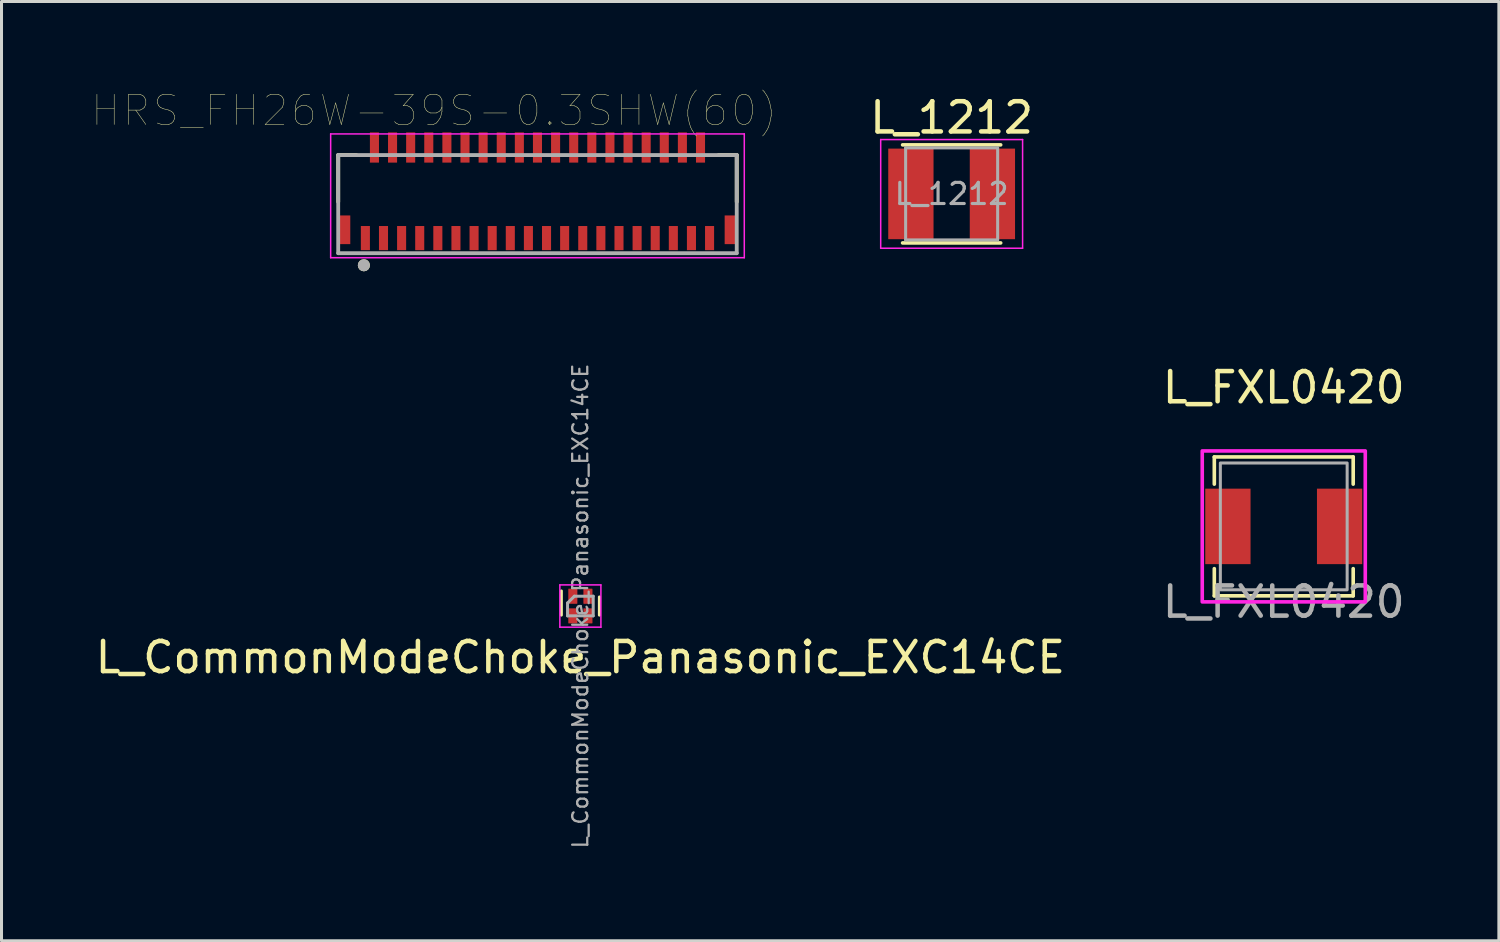
<source format=kicad_pcb>
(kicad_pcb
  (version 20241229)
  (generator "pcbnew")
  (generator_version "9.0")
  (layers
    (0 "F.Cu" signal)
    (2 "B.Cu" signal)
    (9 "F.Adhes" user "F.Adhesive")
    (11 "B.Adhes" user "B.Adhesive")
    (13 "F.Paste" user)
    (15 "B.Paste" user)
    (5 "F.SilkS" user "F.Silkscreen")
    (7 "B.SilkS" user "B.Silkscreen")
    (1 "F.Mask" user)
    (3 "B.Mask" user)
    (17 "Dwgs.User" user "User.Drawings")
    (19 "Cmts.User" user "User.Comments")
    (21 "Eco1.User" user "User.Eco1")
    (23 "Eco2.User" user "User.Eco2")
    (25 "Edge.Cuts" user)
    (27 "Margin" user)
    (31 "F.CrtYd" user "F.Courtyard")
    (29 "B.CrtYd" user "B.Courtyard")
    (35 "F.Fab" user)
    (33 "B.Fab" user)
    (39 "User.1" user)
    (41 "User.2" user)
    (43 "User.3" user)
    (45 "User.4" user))
  (footprint "L_CommonModeChoke_Panasonic_EXC14CE"
    (layer "F.Cu")
    (at 16.173 17.023)
    (property "Reference" "L_CommonModeChoke_Panasonic_EXC14CE" (at 0 1.7 0) (layer "F.SilkS") (effects (font (size 1 1) (thickness 0.15))))
    (attr smd)
    (fp_line (start -0.63 -0.5) (end -0.63 0.3) (stroke (width 0.1) (type solid)) (layer "F.SilkS"))
    (fp_line (start 0.63 0.3) (end 0.63 -0.3) (stroke (width 0.1) (type solid)) (layer "F.SilkS"))
    (fp_line (start -0.68 -0.7) (end 0.68 -0.7) (stroke (width 0.05) (type solid)) (layer "F.CrtYd"))
    (fp_line (start -0.68 0.7) (end -0.68 -0.7) (stroke (width 0.05) (type solid)) (layer "F.CrtYd"))
    (fp_line (start -0.68 0.7) (end 0.68 0.7) (stroke (width 0.05) (type solid)) (layer "F.CrtYd"))
    (fp_line (start 0.68 0.7) (end 0.68 -0.7) (stroke (width 0.05) (type solid)) (layer "F.CrtYd"))
    (fp_line (start -0.425 -0.1) (end -0.425 0.325) (stroke (width 0.1) (type solid)) (layer "F.Fab"))
    (fp_line (start -0.425 -0.1) (end -0.2 -0.325) (stroke (width 0.1) (type solid)) (layer "F.Fab"))
    (fp_line (start -0.425 0.325) (end 0.425 0.325) (stroke (width 0.1) (type solid)) (layer "F.Fab"))
    (fp_line (start -0.2 -0.325) (end 0.425 -0.325) (stroke (width 0.1) (type solid)) (layer "F.Fab"))
    (fp_line (start 0.425 -0.325) (end 0.425 0.325) (stroke (width 0.1) (type solid)) (layer "F.Fab"))
    (fp_text user "${REFERENCE}" (at 0 0 90) (layer "F.Fab") (effects (font (size 0.5 0.5) (thickness 0.075))))
    (pad "1" smd roundrect (at -0.25 -0.325) (size 0.3 0.5) (layers "F.Cu" "F.Mask" "F.Paste") (roundrect_rratio 0.05))
    (pad "2" smd roundrect (at 0.25 -0.325) (size 0.3 0.5) (layers "F.Cu" "F.Mask" "F.Paste") (roundrect_rratio 0.05))
    (pad "3" smd roundrect (at 0.25 0.325) (size 0.3 0.5) (layers "F.Cu" "F.Mask" "F.Paste") (roundrect_rratio 0.05))
    (pad "4" smd roundrect (at -0.25 0.325) (size 0.3 0.5) (layers "F.Cu" "F.Mask" "F.Paste") (roundrect_rratio 0.05)))
  (footprint "HRS_FH26W-39S-0.3SHW(60)"
    (layer "F.Cu")
    (at 14.752 3.436)
    (property "Reference" "HRS_FH26W-39S-0.3SHW(60)" (at -3.425 -2.825 0) (layer "F.SilkS") (effects (font (size 1 1) (thickness 0.015))))
    (attr through_hole)
    (fp_line (start -6.6 -1.35) (end -6 -1.35) (stroke (width 0.127) (type solid)) (layer "F.SilkS"))
    (fp_line (start -6.6 0.2) (end -6.6 -1.35) (stroke (width 0.127) (type solid)) (layer "F.SilkS"))
    (fp_line (start 6.6 -1.35) (end 6 -1.35) (stroke (width 0.127) (type solid)) (layer "F.SilkS"))
    (fp_line (start 6.6 0.2) (end 6.6 -1.35) (stroke (width 0.127) (type solid)) (layer "F.SilkS"))
    (fp_circle (center -5.75 2.3) (end -5.65 2.3) (stroke (width 0.2) (type solid)) (fill no) (layer "F.SilkS"))
    (fp_line (start -6.85 -2.05) (end 6.85 -2.05) (stroke (width 0.05) (type solid)) (layer "F.CrtYd"))
    (fp_line (start -6.85 2.05) (end -6.85 -2.05) (stroke (width 0.05) (type solid)) (layer "F.CrtYd"))
    (fp_line (start 6.85 -2.05) (end 6.85 2.05) (stroke (width 0.05) (type solid)) (layer "F.CrtYd"))
    (fp_line (start 6.85 2.05) (end -6.85 2.05) (stroke (width 0.05) (type solid)) (layer "F.CrtYd"))
    (fp_line (start -6.6 -1.35) (end 6.6 -1.35) (stroke (width 0.127) (type solid)) (layer "F.Fab"))
    (fp_line (start -6.6 1.9) (end -6.6 -1.35) (stroke (width 0.127) (type solid)) (layer "F.Fab"))
    (fp_line (start 6.6 -1.35) (end 6.6 1.9) (stroke (width 0.127) (type solid)) (layer "F.Fab"))
    (fp_line (start 6.6 1.9) (end -6.6 1.9) (stroke (width 0.127) (type solid)) (layer "F.Fab"))
    (fp_circle (center -5.75 2.3) (end -5.65 2.3) (stroke (width 0.2) (type solid)) (fill no) (layer "F.Fab"))
    (pad "1" smd rect (at -5.7 1.4) (size 0.3 0.8) (layers "F.Cu" "F.Mask" "F.Paste"))
    (pad "2" smd rect (at -5.4 -1.6) (size 0.3 1) (layers "F.Cu" "F.Mask" "F.Paste"))
    (pad "3" smd rect (at -5.1 1.4) (size 0.3 0.8) (layers "F.Cu" "F.Mask" "F.Paste"))
    (pad "4" smd rect (at -4.8 -1.6) (size 0.3 1) (layers "F.Cu" "F.Mask" "F.Paste"))
    (pad "5" smd rect (at -4.5 1.4) (size 0.3 0.8) (layers "F.Cu" "F.Mask" "F.Paste"))
    (pad "6" smd rect (at -4.2 -1.6) (size 0.3 1) (layers "F.Cu" "F.Mask" "F.Paste"))
    (pad "7" smd rect (at -3.9 1.4) (size 0.3 0.8) (layers "F.Cu" "F.Mask" "F.Paste"))
    (pad "8" smd rect (at -3.6 -1.6) (size 0.3 1) (layers "F.Cu" "F.Mask" "F.Paste"))
    (pad "9" smd rect (at -3.3 1.4) (size 0.3 0.8) (layers "F.Cu" "F.Mask" "F.Paste"))
    (pad "10" smd rect (at -3 -1.6) (size 0.3 1) (layers "F.Cu" "F.Mask" "F.Paste"))
    (pad "11" smd rect (at -2.7 1.4) (size 0.3 0.8) (layers "F.Cu" "F.Mask" "F.Paste"))
    (pad "12" smd rect (at -2.4 -1.6) (size 0.3 1) (layers "F.Cu" "F.Mask" "F.Paste"))
    (pad "13" smd rect (at -2.1 1.4) (size 0.3 0.8) (layers "F.Cu" "F.Mask" "F.Paste"))
    (pad "14" smd rect (at -1.8 -1.6) (size 0.3 1) (layers "F.Cu" "F.Mask" "F.Paste"))
    (pad "15" smd rect (at -1.5 1.4) (size 0.3 0.8) (layers "F.Cu" "F.Mask" "F.Paste"))
    (pad "16" smd rect (at -1.2 -1.6) (size 0.3 1) (layers "F.Cu" "F.Mask" "F.Paste"))
    (pad "17" smd rect (at -0.9 1.4) (size 0.3 0.8) (layers "F.Cu" "F.Mask" "F.Paste"))
    (pad "18" smd rect (at -0.6 -1.6) (size 0.3 1) (layers "F.Cu" "F.Mask" "F.Paste"))
    (pad "19" smd rect (at -0.3 1.4) (size 0.3 0.8) (layers "F.Cu" "F.Mask" "F.Paste"))
    (pad "20" smd rect (at 0 -1.6) (size 0.3 1) (layers "F.Cu" "F.Mask" "F.Paste"))
    (pad "21" smd rect (at 0.3 1.4) (size 0.3 0.8) (layers "F.Cu" "F.Mask" "F.Paste"))
    (pad "22" smd rect (at 0.6 -1.6) (size 0.3 1) (layers "F.Cu" "F.Mask" "F.Paste"))
    (pad "23" smd rect (at 0.9 1.4) (size 0.3 0.8) (layers "F.Cu" "F.Mask" "F.Paste"))
    (pad "24" smd rect (at 1.2 -1.6) (size 0.3 1) (layers "F.Cu" "F.Mask" "F.Paste"))
    (pad "25" smd rect (at 1.5 1.4) (size 0.3 0.8) (layers "F.Cu" "F.Mask" "F.Paste"))
    (pad "26" smd rect (at 1.8 -1.6) (size 0.3 1) (layers "F.Cu" "F.Mask" "F.Paste"))
    (pad "27" smd rect (at 2.1 1.4) (size 0.3 0.8) (layers "F.Cu" "F.Mask" "F.Paste"))
    (pad "28" smd rect (at 2.4 -1.6) (size 0.3 1) (layers "F.Cu" "F.Mask" "F.Paste"))
    (pad "29" smd rect (at 2.7 1.4) (size 0.3 0.8) (layers "F.Cu" "F.Mask" "F.Paste"))
    (pad "30" smd rect (at 3 -1.6) (size 0.3 1) (layers "F.Cu" "F.Mask" "F.Paste"))
    (pad "31" smd rect (at 3.3 1.4) (size 0.3 0.8) (layers "F.Cu" "F.Mask" "F.Paste"))
    (pad "32" smd rect (at 3.6 -1.6) (size 0.3 1) (layers "F.Cu" "F.Mask" "F.Paste"))
    (pad "33" smd rect (at 3.9 1.4) (size 0.3 0.8) (layers "F.Cu" "F.Mask" "F.Paste"))
    (pad "34" smd rect (at 4.2 -1.6) (size 0.3 1) (layers "F.Cu" "F.Mask" "F.Paste"))
    (pad "35" smd rect (at 4.5 1.4) (size 0.3 0.8) (layers "F.Cu" "F.Mask" "F.Paste"))
    (pad "36" smd rect (at 4.8 -1.6) (size 0.3 1) (layers "F.Cu" "F.Mask" "F.Paste"))
    (pad "37" smd rect (at 5.1 1.4) (size 0.3 0.8) (layers "F.Cu" "F.Mask" "F.Paste"))
    (pad "38" smd rect (at 5.4 -1.6) (size 0.3 1) (layers "F.Cu" "F.Mask" "F.Paste"))
    (pad "39" smd rect (at 5.7 1.4) (size 0.3 0.8) (layers "F.Cu" "F.Mask" "F.Paste"))
    (pad "S1" smd rect (at -6.4 1.125) (size 0.4 0.95) (layers "F.Cu" "F.Mask" "F.Paste"))
    (pad "S2" smd rect (at 6.4 1.125) (size 0.4 0.95) (layers "F.Cu" "F.Mask" "F.Paste")))
  (footprint "L_1212"
    (layer "F.Cu")
    (at 28.47 3.372)
    (property "Reference" "L_1212" (at 0 -2.524 0) (layer "F.SilkS") (effects (font (size 1 1) (thickness 0.15))))
    (attr smd)
    (fp_line (start -1.624 -1.624) (end 1.624 -1.624) (stroke (width 0.12) (type solid)) (layer "F.SilkS"))
    (fp_line (start -1.624 1.624) (end 1.624 1.624) (stroke (width 0.12) (type solid)) (layer "F.SilkS"))
    (fp_line (start -2.35 -1.8) (end -2.35 1.8) (stroke (width 0.05) (type solid)) (layer "F.CrtYd"))
    (fp_line (start -2.35 1.8) (end 2.35 1.8) (stroke (width 0.05) (type solid)) (layer "F.CrtYd"))
    (fp_line (start 2.35 -1.8) (end -2.35 -1.8) (stroke (width 0.05) (type solid)) (layer "F.CrtYd"))
    (fp_line (start 2.35 1.8) (end 2.35 -1.8) (stroke (width 0.05) (type solid)) (layer "F.CrtYd"))
    (fp_line (start -1.524 -1.524) (end -1.524 1.524) (stroke (width 0.1) (type solid)) (layer "F.Fab"))
    (fp_line (start -1.524 1.524) (end 1.524 1.524) (stroke (width 0.1) (type solid)) (layer "F.Fab"))
    (fp_line (start 1.524 -1.524) (end -1.524 -1.524) (stroke (width 0.1) (type solid)) (layer "F.Fab"))
    (fp_line (start 1.524 1.524) (end 1.524 -1.524) (stroke (width 0.1) (type solid)) (layer "F.Fab"))
    (fp_text user "${REFERENCE}" (at 0 0 0) (layer "F.Fab") (effects (font (size 0.7 0.7) (thickness 0.105))))
    (pad "1" smd rect (at -1.35 0) (size 1.5 3) (layers "F.Cu" "F.Mask" "F.Paste"))
    (pad "2" smd rect (at 1.35 0) (size 1.5 3) (layers "F.Cu" "F.Mask" "F.Paste")))
  (footprint "L_FXL0420"
    (layer "F.Cu")
    (at 39.47 14.385)
    (property "Reference" "L_FXL0420" (at 0 -4.6 0) (unlocked yes) (layer "F.SilkS") (effects (font (size 1 1) (thickness 0.15))))
    (fp_line (start -2.3 -2.3) (end 2.3 -2.3) (stroke (width 0.12) (type solid)) (layer "F.SilkS"))
    (fp_line (start -2.3 -1.4) (end -2.3 -2.3) (stroke (width 0.12) (type solid)) (layer "F.SilkS"))
    (fp_line (start -2.3 1.4) (end -2.3 2.3) (stroke (width 0.12) (type solid)) (layer "F.SilkS"))
    (fp_line (start -2.3 2.3) (end 2.3 2.3) (stroke (width 0.12) (type solid)) (layer "F.SilkS"))
    (fp_line (start 2.3 -2.3) (end 2.3 -1.4) (stroke (width 0.12) (type solid)) (layer "F.SilkS"))
    (fp_line (start 2.3 2.3) (end 2.3 1.4) (stroke (width 0.12) (type solid)) (layer "F.SilkS"))
    (fp_rect (start -2.7 -2.5) (end 2.7 2.5) (stroke (width 0.12) (type solid)) (fill no) (layer "F.CrtYd"))
    (fp_rect (start -2.1 -2.1) (end 2.1 2.1) (stroke (width 0.1) (type solid)) (fill no) (layer "F.Fab"))
    (fp_text user "${REFERENCE}" (at 0 2.5 0) (unlocked yes) (layer "F.Fab") (effects (font (size 1 1) (thickness 0.15))))
    (pad "1" smd rect (at -1.85 0) (size 1.5 2.5) (layers "F.Cu" "F.Mask" "F.Paste"))
    (pad "2" smd rect (at 1.85 0) (size 1.5 2.5) (layers "F.Cu" "F.Mask" "F.Paste")))
  (gr_rect
    (start -3 -3)
    (end 46.595 28.109)
    (stroke (width 0.1) (type default))
    (fill no)
    (layer "Edge.Cuts")))
</source>
